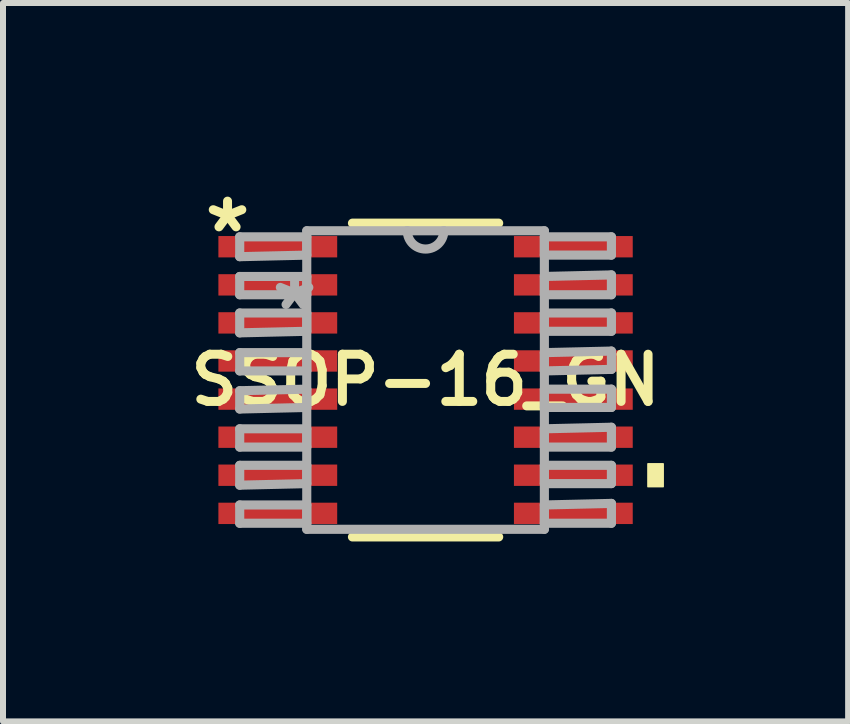
<source format=kicad_pcb>
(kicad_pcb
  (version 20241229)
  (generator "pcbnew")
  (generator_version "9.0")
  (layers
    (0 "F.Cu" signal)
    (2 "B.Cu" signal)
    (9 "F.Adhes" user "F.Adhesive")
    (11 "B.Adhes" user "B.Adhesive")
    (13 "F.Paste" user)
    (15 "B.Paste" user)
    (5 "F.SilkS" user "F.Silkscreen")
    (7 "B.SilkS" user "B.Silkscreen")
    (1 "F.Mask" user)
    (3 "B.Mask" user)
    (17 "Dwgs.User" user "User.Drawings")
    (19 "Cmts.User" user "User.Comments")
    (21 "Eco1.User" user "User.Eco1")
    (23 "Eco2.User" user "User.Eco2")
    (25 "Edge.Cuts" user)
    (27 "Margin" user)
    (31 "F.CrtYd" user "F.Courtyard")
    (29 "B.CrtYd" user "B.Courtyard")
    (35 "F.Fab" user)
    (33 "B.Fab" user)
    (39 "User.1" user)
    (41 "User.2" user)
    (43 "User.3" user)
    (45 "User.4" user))
  (footprint "SSOP-16_GN"
    (layer "F.Cu")
    (at 4.046 3.287)
    (property "Reference" "SSOP-16_GN" (at 0 0 0) (layer "F.SilkS") (effects (font (size 0.787 0.787) (thickness 0.15))))
    (attr smd)
    (fp_line (start -1.219 2.616) (end 1.219 2.616) (stroke (width 0.152) (type solid)) (layer "F.SilkS"))
    (fp_line (start 1.219 -2.616) (end -1.219 -2.616) (stroke (width 0.152) (type solid)) (layer "F.SilkS"))
    (fp_poly (pts (xy 3.962 1.397) (xy 3.962 1.778) (xy 3.708 1.778) (xy 3.708 1.397)) (stroke (width 0.025) (type solid)) (fill yes) (layer "F.SilkS"))
    (fp_line (start -3.099 -2.388) (end -3.099 -2.057) (stroke (width 0.152) (type solid)) (layer "F.Fab"))
    (fp_line (start -3.099 -2.057) (end -1.981 -2.083) (stroke (width 0.152) (type solid)) (layer "F.Fab"))
    (fp_line (start -3.099 -1.727) (end -3.099 -1.422) (stroke (width 0.152) (type solid)) (layer "F.Fab"))
    (fp_line (start -3.099 -1.422) (end -1.981 -1.422) (stroke (width 0.152) (type solid)) (layer "F.Fab"))
    (fp_line (start -3.099 -1.118) (end -3.099 -0.787) (stroke (width 0.152) (type solid)) (layer "F.Fab"))
    (fp_line (start -3.099 -0.787) (end -1.981 -0.813) (stroke (width 0.152) (type solid)) (layer "F.Fab"))
    (fp_line (start -3.099 -0.457) (end -3.099 -0.152) (stroke (width 0.152) (type solid)) (layer "F.Fab"))
    (fp_line (start -3.099 -0.152) (end -1.981 -0.152) (stroke (width 0.152) (type solid)) (layer "F.Fab"))
    (fp_line (start -3.099 0.178) (end -3.099 0.483) (stroke (width 0.152) (type solid)) (layer "F.Fab"))
    (fp_line (start -3.099 0.483) (end -1.981 0.457) (stroke (width 0.152) (type solid)) (layer "F.Fab"))
    (fp_line (start -3.099 0.813) (end -3.099 1.118) (stroke (width 0.152) (type solid)) (layer "F.Fab"))
    (fp_line (start -3.099 1.118) (end -1.981 1.118) (stroke (width 0.152) (type solid)) (layer "F.Fab"))
    (fp_line (start -3.099 1.422) (end -3.099 1.753) (stroke (width 0.152) (type solid)) (layer "F.Fab"))
    (fp_line (start -3.099 1.753) (end -1.981 1.727) (stroke (width 0.152) (type solid)) (layer "F.Fab"))
    (fp_line (start -3.099 2.083) (end -3.099 2.388) (stroke (width 0.152) (type solid)) (layer "F.Fab"))
    (fp_line (start -3.099 2.388) (end -1.981 2.388) (stroke (width 0.152) (type solid)) (layer "F.Fab"))
    (fp_line (start -1.981 -2.489) (end -1.981 2.489) (stroke (width 0.152) (type solid)) (layer "F.Fab"))
    (fp_line (start -1.981 -2.388) (end -3.099 -2.388) (stroke (width 0.152) (type solid)) (layer "F.Fab"))
    (fp_line (start -1.981 -2.083) (end -1.981 -2.388) (stroke (width 0.152) (type solid)) (layer "F.Fab"))
    (fp_line (start -1.981 -1.727) (end -3.099 -1.727) (stroke (width 0.152) (type solid)) (layer "F.Fab"))
    (fp_line (start -1.981 -1.422) (end -1.981 -1.727) (stroke (width 0.152) (type solid)) (layer "F.Fab"))
    (fp_line (start -1.981 -1.118) (end -3.099 -1.118) (stroke (width 0.152) (type solid)) (layer "F.Fab"))
    (fp_line (start -1.981 -0.813) (end -1.981 -1.118) (stroke (width 0.152) (type solid)) (layer "F.Fab"))
    (fp_line (start -1.981 -0.457) (end -3.099 -0.457) (stroke (width 0.152) (type solid)) (layer "F.Fab"))
    (fp_line (start -1.981 -0.152) (end -1.981 -0.457) (stroke (width 0.152) (type solid)) (layer "F.Fab"))
    (fp_line (start -1.981 0.152) (end -3.099 0.178) (stroke (width 0.152) (type solid)) (layer "F.Fab"))
    (fp_line (start -1.981 0.457) (end -1.981 0.152) (stroke (width 0.152) (type solid)) (layer "F.Fab"))
    (fp_line (start -1.981 0.813) (end -3.099 0.813) (stroke (width 0.152) (type solid)) (layer "F.Fab"))
    (fp_line (start -1.981 1.118) (end -1.981 0.813) (stroke (width 0.152) (type solid)) (layer "F.Fab"))
    (fp_line (start -1.981 1.422) (end -3.099 1.422) (stroke (width 0.152) (type solid)) (layer "F.Fab"))
    (fp_line (start -1.981 1.727) (end -1.981 1.422) (stroke (width 0.152) (type solid)) (layer "F.Fab"))
    (fp_line (start -1.981 2.083) (end -3.099 2.083) (stroke (width 0.152) (type solid)) (layer "F.Fab"))
    (fp_line (start -1.981 2.388) (end -1.981 2.083) (stroke (width 0.152) (type solid)) (layer "F.Fab"))
    (fp_line (start -1.981 2.489) (end 1.981 2.489) (stroke (width 0.152) (type solid)) (layer "F.Fab"))
    (fp_line (start -0.305 -2.489) (end -1.981 -2.489) (stroke (width 0.152) (type solid)) (layer "F.Fab"))
    (fp_line (start 0.305 -2.489) (end -0.305 -2.489) (stroke (width 0.152) (type solid)) (layer "F.Fab"))
    (fp_line (start 1.981 -2.489) (end 0.305 -2.489) (stroke (width 0.152) (type solid)) (layer "F.Fab"))
    (fp_line (start 1.981 -2.388) (end 1.981 -2.083) (stroke (width 0.152) (type solid)) (layer "F.Fab"))
    (fp_line (start 1.981 -2.083) (end 3.099 -2.083) (stroke (width 0.152) (type solid)) (layer "F.Fab"))
    (fp_line (start 1.981 -1.727) (end 1.981 -1.422) (stroke (width 0.152) (type solid)) (layer "F.Fab"))
    (fp_line (start 1.981 -1.422) (end 3.099 -1.422) (stroke (width 0.152) (type solid)) (layer "F.Fab"))
    (fp_line (start 1.981 -1.118) (end 1.981 -0.813) (stroke (width 0.152) (type solid)) (layer "F.Fab"))
    (fp_line (start 1.981 -0.813) (end 3.099 -0.813) (stroke (width 0.152) (type solid)) (layer "F.Fab"))
    (fp_line (start 1.981 -0.457) (end 1.981 -0.152) (stroke (width 0.152) (type solid)) (layer "F.Fab"))
    (fp_line (start 1.981 -0.152) (end 3.099 -0.178) (stroke (width 0.152) (type solid)) (layer "F.Fab"))
    (fp_line (start 1.981 0.152) (end 1.981 0.457) (stroke (width 0.152) (type solid)) (layer "F.Fab"))
    (fp_line (start 1.981 0.457) (end 3.099 0.457) (stroke (width 0.152) (type solid)) (layer "F.Fab"))
    (fp_line (start 1.981 0.813) (end 1.981 1.118) (stroke (width 0.152) (type solid)) (layer "F.Fab"))
    (fp_line (start 1.981 1.118) (end 3.099 1.118) (stroke (width 0.152) (type solid)) (layer "F.Fab"))
    (fp_line (start 1.981 1.422) (end 1.981 1.727) (stroke (width 0.152) (type solid)) (layer "F.Fab"))
    (fp_line (start 1.981 1.727) (end 3.099 1.727) (stroke (width 0.152) (type solid)) (layer "F.Fab"))
    (fp_line (start 1.981 2.083) (end 1.981 2.388) (stroke (width 0.152) (type solid)) (layer "F.Fab"))
    (fp_line (start 1.981 2.388) (end 3.099 2.388) (stroke (width 0.152) (type solid)) (layer "F.Fab"))
    (fp_line (start 1.981 2.489) (end 1.981 -2.489) (stroke (width 0.152) (type solid)) (layer "F.Fab"))
    (fp_line (start 3.099 -2.388) (end 1.981 -2.388) (stroke (width 0.152) (type solid)) (layer "F.Fab"))
    (fp_line (start 3.099 -2.083) (end 3.099 -2.388) (stroke (width 0.152) (type solid)) (layer "F.Fab"))
    (fp_line (start 3.099 -1.753) (end 1.981 -1.727) (stroke (width 0.152) (type solid)) (layer "F.Fab"))
    (fp_line (start 3.099 -1.422) (end 3.099 -1.753) (stroke (width 0.152) (type solid)) (layer "F.Fab"))
    (fp_line (start 3.099 -1.118) (end 1.981 -1.118) (stroke (width 0.152) (type solid)) (layer "F.Fab"))
    (fp_line (start 3.099 -0.813) (end 3.099 -1.118) (stroke (width 0.152) (type solid)) (layer "F.Fab"))
    (fp_line (start 3.099 -0.483) (end 1.981 -0.457) (stroke (width 0.152) (type solid)) (layer "F.Fab"))
    (fp_line (start 3.099 -0.178) (end 3.099 -0.483) (stroke (width 0.152) (type solid)) (layer "F.Fab"))
    (fp_line (start 3.099 0.152) (end 1.981 0.152) (stroke (width 0.152) (type solid)) (layer "F.Fab"))
    (fp_line (start 3.099 0.457) (end 3.099 0.152) (stroke (width 0.152) (type solid)) (layer "F.Fab"))
    (fp_line (start 3.099 0.787) (end 1.981 0.813) (stroke (width 0.152) (type solid)) (layer "F.Fab"))
    (fp_line (start 3.099 1.118) (end 3.099 0.787) (stroke (width 0.152) (type solid)) (layer "F.Fab"))
    (fp_line (start 3.099 1.422) (end 1.981 1.422) (stroke (width 0.152) (type solid)) (layer "F.Fab"))
    (fp_line (start 3.099 1.727) (end 3.099 1.422) (stroke (width 0.152) (type solid)) (layer "F.Fab"))
    (fp_line (start 3.099 2.057) (end 1.981 2.083) (stroke (width 0.152) (type solid)) (layer "F.Fab"))
    (fp_line (start 3.099 2.388) (end 3.099 2.057) (stroke (width 0.152) (type solid)) (layer "F.Fab"))
    (fp_arc (start 0.3048 -2.4892) (mid 0 -2.1844) (end -0.3048 -2.4892) (stroke (width 0.1524) (type solid)) (layer "F.Fab"))
    (fp_text user "*" (at -3.302 -2.438 0) (layer "F.SilkS") (effects (font (size 1 1) (thickness 0.15))))
    (fp_text user "*" (at -2.184 -1.143 0) (layer "F.Fab") (effects (font (size 1 1) (thickness 0.15))))
    (pad "1" smd rect (at -2.464 -2.223) (size 1.981 0.356) (layers "F.Cu" "F.Mask" "F.Paste"))
    (pad "2" smd rect (at -2.464 -1.587) (size 1.981 0.356) (layers "F.Cu" "F.Mask" "F.Paste"))
    (pad "3" smd rect (at -2.464 -0.953) (size 1.981 0.356) (layers "F.Cu" "F.Mask" "F.Paste"))
    (pad "4" smd rect (at -2.464 -0.318) (size 1.981 0.356) (layers "F.Cu" "F.Mask" "F.Paste"))
    (pad "5" smd rect (at -2.464 0.318) (size 1.981 0.356) (layers "F.Cu" "F.Mask" "F.Paste"))
    (pad "6" smd rect (at -2.464 0.953) (size 1.981 0.356) (layers "F.Cu" "F.Mask" "F.Paste"))
    (pad "7" smd rect (at -2.464 1.587) (size 1.981 0.356) (layers "F.Cu" "F.Mask" "F.Paste"))
    (pad "8" smd rect (at -2.464 2.223) (size 1.981 0.356) (layers "F.Cu" "F.Mask" "F.Paste"))
    (pad "9" smd rect (at 2.464 2.223) (size 1.981 0.356) (layers "F.Cu" "F.Mask" "F.Paste"))
    (pad "10" smd rect (at 2.464 1.587) (size 1.981 0.356) (layers "F.Cu" "F.Mask" "F.Paste"))
    (pad "11" smd rect (at 2.464 0.953) (size 1.981 0.356) (layers "F.Cu" "F.Mask" "F.Paste"))
    (pad "12" smd rect (at 2.464 0.318) (size 1.981 0.356) (layers "F.Cu" "F.Mask" "F.Paste"))
    (pad "13" smd rect (at 2.464 -0.318) (size 1.981 0.356) (layers "F.Cu" "F.Mask" "F.Paste"))
    (pad "14" smd rect (at 2.464 -0.953) (size 1.981 0.356) (layers "F.Cu" "F.Mask" "F.Paste"))
    (pad "15" smd rect (at 2.464 -1.587) (size 1.981 0.356) (layers "F.Cu" "F.Mask" "F.Paste"))
    (pad "16" smd rect (at 2.464 -2.223) (size 1.981 0.356) (layers "F.Cu" "F.Mask" "F.Paste")))
  (gr_rect
    (start -3 -3)
    (end 11.092 8.979)
    (stroke (width 0.1) (type default))
    (fill no)
    (layer "Edge.Cuts")))
</source>
